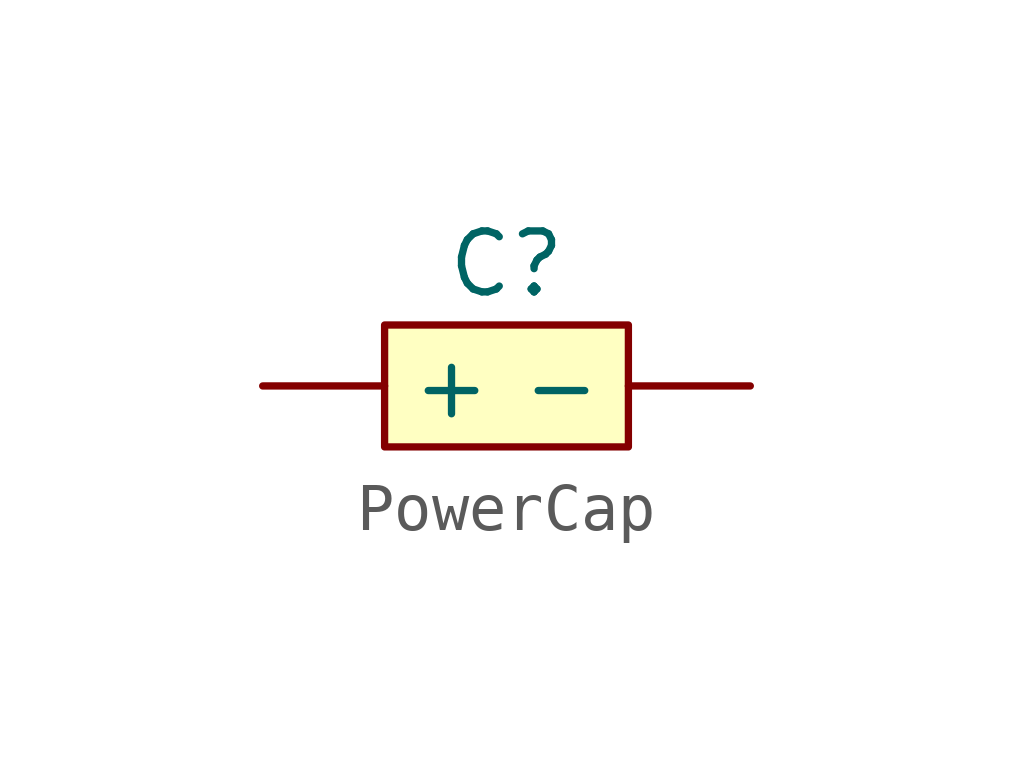
<source format=kicad_sym>
(kicad_symbol_lib
  (version 20220914)
  (generator kicad_symbol_editor)
  (symbol "PowerCap"
    (property "Reference" "C"
      (at 0 0 0)
      (effects (font (size 1.27 1.27))))
    (property "Value" ""
      (at 0 0 0)
      (effects (font (size 1.27 1.27))))
    (symbol "PowerCap_1_1"
      (rectangle (start -2.54 -1.27) (end 2.54 -3.81) (stroke (width 0) (type default)) (fill (type background)))
      (pin bidirectional line (at -5.08 -2.54 0) (length 2.54) (name "+" (effects (font (size 1.27 1.27)))) (number "" (effects (font (size 1.27 1.27)))))
      (pin bidirectional line (at 5.08 -2.54 180) (length 2.54) (name "-" (effects (font (size 1.27 1.27)))) (number "" (effects (font (size 1.27 1.27))))))))
</source>
